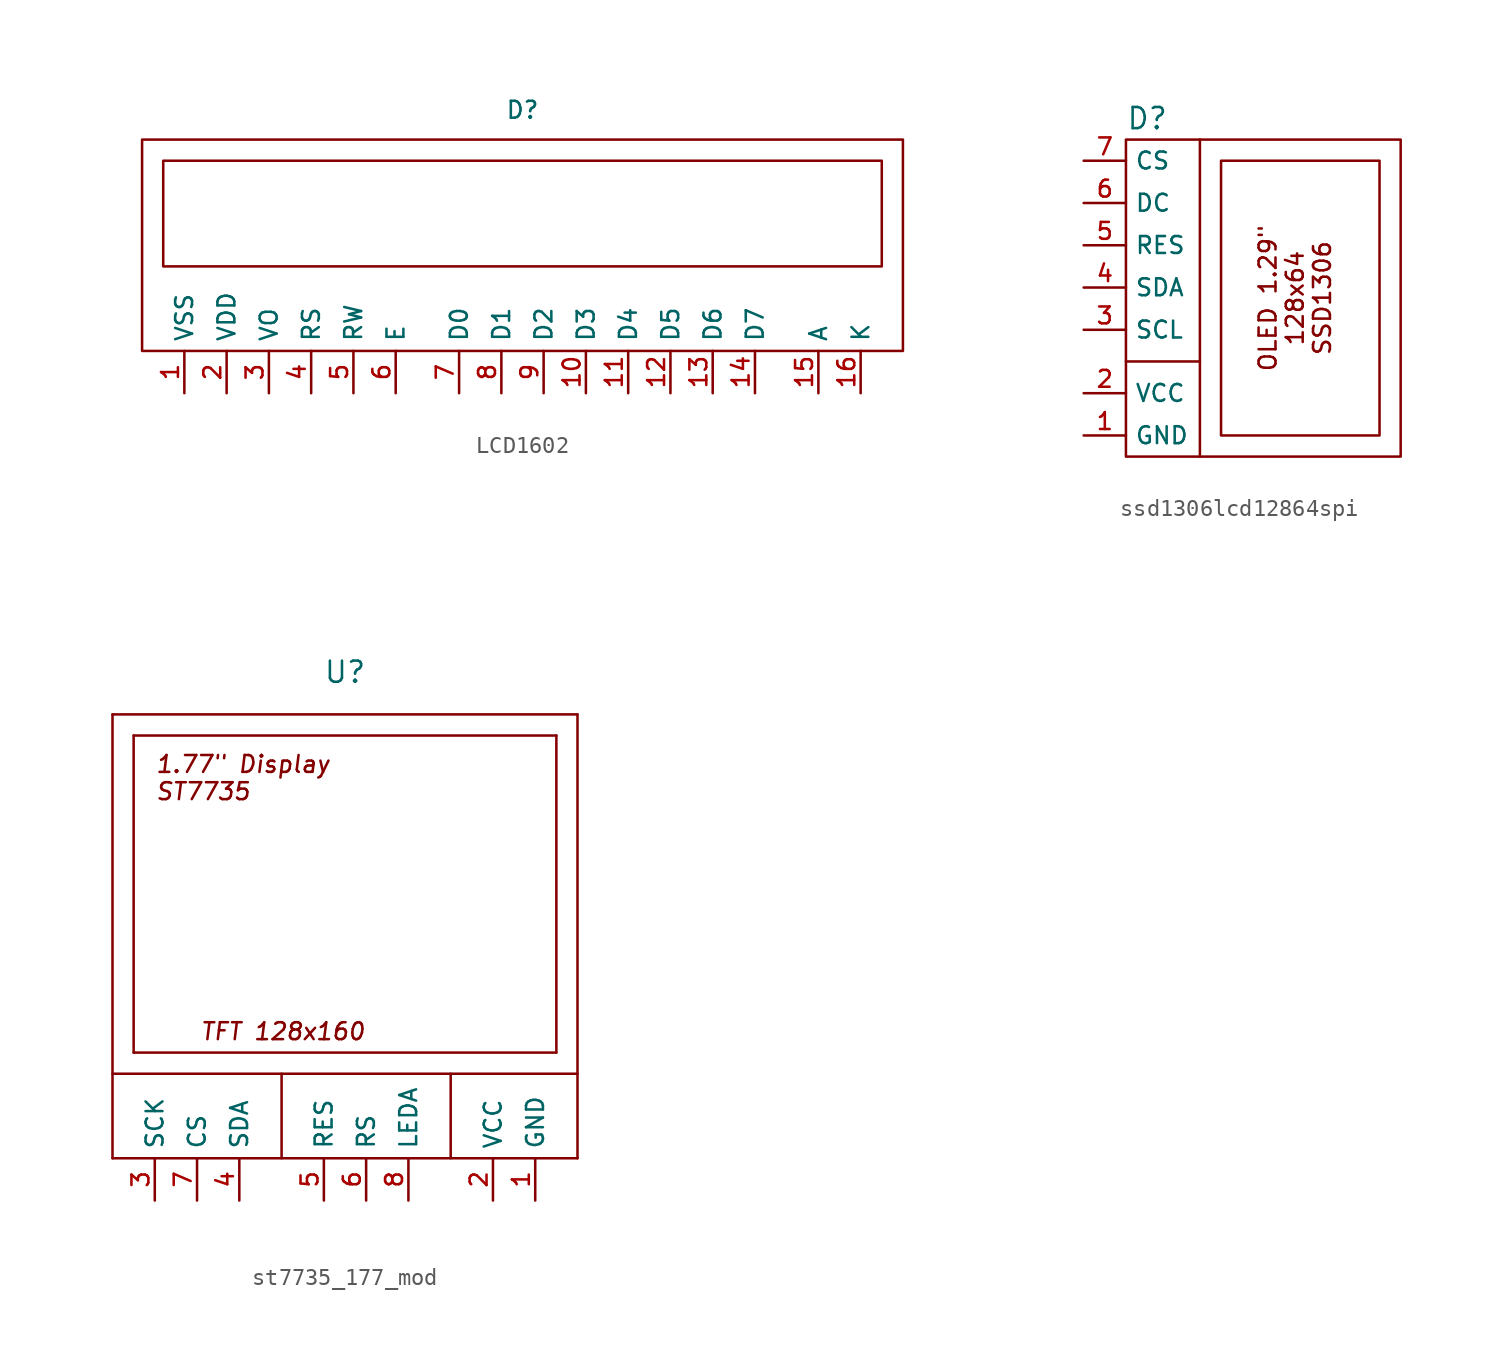
<source format=kicad_sym>
(kicad_symbol_lib
  (version 20231120)
  (generator "kicad_symbol_editor")
  (generator_version "8.0")
  (symbol "LCD1602"
    (property "Reference" "D"
      (at 0 6.858 0)
      (effects (font (size 1.016 1.016))))
    (symbol "LCD1602_0_1"
      (rectangle (start -22.86 5.08) (end 22.86 -7.62) (stroke (width 0) (type default)) (fill (type none)))
      (rectangle (start -21.59 3.81) (end 21.59 -2.54) (stroke (width 0) (type default)) (fill (type none))))
    (symbol "LCD1602_1_1"
      (pin passive line (at -20.32 -10.16 90) (length 2.54) (name "VSS" (effects (font (size 1.016 1.016)))) (number "1" (effects (font (size 1.016 1.016)))))
      (pin bidirectional line (at 3.81 -10.16 90) (length 2.54) (name "D3" (effects (font (size 1.016 1.016)))) (number "10" (effects (font (size 1.016 1.016)))))
      (pin bidirectional line (at 6.35 -10.16 90) (length 2.54) (name "D4" (effects (font (size 1.016 1.016)))) (number "11" (effects (font (size 1.016 1.016)))))
      (pin bidirectional line (at 8.89 -10.16 90) (length 2.54) (name "D5" (effects (font (size 1.016 1.016)))) (number "12" (effects (font (size 1.016 1.016)))))
      (pin bidirectional line (at 11.43 -10.16 90) (length 2.54) (name "D6" (effects (font (size 1.016 1.016)))) (number "13" (effects (font (size 1.016 1.016)))))
      (pin bidirectional line (at 13.97 -10.16 90) (length 2.54) (name "D7" (effects (font (size 1.016 1.016)))) (number "14" (effects (font (size 1.016 1.016)))))
      (pin bidirectional line (at 17.78 -10.16 90) (length 2.54) (name "A" (effects (font (size 1.016 1.016)))) (number "15" (effects (font (size 1.016 1.016)))))
      (pin bidirectional line (at 20.32 -10.16 90) (length 2.54) (name "K" (effects (font (size 1.016 1.016)))) (number "16" (effects (font (size 1.016 1.016)))))
      (pin passive line (at -17.78 -10.16 90) (length 2.54) (name "VDD" (effects (font (size 1.016 1.016)))) (number "2" (effects (font (size 1.016 1.016)))))
      (pin power_in line (at -15.24 -10.16 90) (length 2.54) (name "VO" (effects (font (size 1.016 1.016)))) (number "3" (effects (font (size 1.016 1.016)))))
      (pin power_in line (at -12.7 -10.16 90) (length 2.54) (name "RS" (effects (font (size 1.016 1.016)))) (number "4" (effects (font (size 1.016 1.016)))))
      (pin input line (at -10.16 -10.16 90) (length 2.54) (name "RW" (effects (font (size 1.016 1.016)))) (number "5" (effects (font (size 1.016 1.016)))))
      (pin input line (at -7.62 -10.16 90) (length 2.54) (name "E" (effects (font (size 1.016 1.016)))) (number "6" (effects (font (size 1.016 1.016)))))
      (pin input line (at -3.81 -10.16 90) (length 2.54) (name "D0" (effects (font (size 1.016 1.016)))) (number "7" (effects (font (size 1.016 1.016)))))
      (pin input line (at -1.27 -10.16 90) (length 2.54) (name "D1" (effects (font (size 1.016 1.016)))) (number "8" (effects (font (size 1.016 1.016)))))
      (pin bidirectional line (at 1.27 -10.16 90) (length 2.54) (name "D2" (effects (font (size 1.016 1.016)))) (number "9" (effects (font (size 1.016 1.016)))))))
  (symbol "ssd1306lcd12864spi"
    (property "Reference" "D"
      (at -5.08 11.43 0)
      (effects (font (size 1.27 1.27)) (justify left)))
    (symbol "ssd1306lcd12864spi_0_1"
      (rectangle (start -5.08 10.16) (end 11.43 -8.89) (stroke (width 0) (type default)) (fill (type none)))
      (polyline (pts (xy -5.08 -3.175) (xy -0.635 -3.175)) (stroke (width 0) (type default)) (fill (type none)))
      (polyline (pts (xy -0.635 10.16) (xy -0.635 -8.89)) (stroke (width 0) (type default)) (fill (type none)))
      (rectangle (start 0.635 8.89) (end 10.16 -7.62) (stroke (width 0) (type default)) (fill (type none))))
    (symbol "ssd1306lcd12864spi_1_1"
      (text "OLED 1.29\"\n128x64\nSSD1306" (at 5.08 0.635 900) (effects (font (size 1.016 1.016))))
      (pin power_in line (at -7.62 -7.62 0) (length 2.54) (name "GND" (effects (font (size 1.016 1.016)))) (number "1" (effects (font (size 1.016 1.016)))))
      (pin power_in line (at -7.62 -5.08 0) (length 2.54) (name "VCC" (effects (font (size 1.016 1.016)))) (number "2" (effects (font (size 1.016 1.016)))))
      (pin input line (at -7.62 -1.27 0) (length 2.54) (name "SCL" (effects (font (size 1.016 1.016)))) (number "3" (effects (font (size 1.016 1.016)))))
      (pin bidirectional line (at -7.62 1.27 0) (length 2.54) (name "SDA" (effects (font (size 1.016 1.016)))) (number "4" (effects (font (size 1.016 1.016)))))
      (pin input line (at -7.62 3.81 0) (length 2.54) (name "RES" (effects (font (size 1.016 1.016)))) (number "5" (effects (font (size 1.016 1.016)))))
      (pin input line (at -7.62 6.35 0) (length 2.54) (name "DC" (effects (font (size 1.016 1.016)))) (number "6" (effects (font (size 1.016 1.016)))))
      (pin input line (at -7.62 8.89 0) (length 2.54) (name "CS" (effects (font (size 1.016 1.016)))) (number "7" (effects (font (size 1.016 1.016)))))))
  (symbol "st7735_177_mod"
    (property "Reference" "U"
      (at 0 16.51 0)
      (effects (font (size 1.27 1.27))))
    (symbol "st7735_177_mod_1_1"
      (polyline (pts (xy -13.97 -12.7) (xy -13.97 13.97)) (stroke (width 0) (type default)) (fill (type none)))
      (polyline (pts (xy -13.97 -12.7) (xy 13.97 -12.7)) (stroke (width 0) (type default)) (fill (type none)))
      (polyline (pts (xy -13.97 -7.62) (xy 13.97 -7.62)) (stroke (width 0) (type default)) (fill (type none)))
      (polyline (pts (xy -13.97 13.97) (xy 13.97 13.97)) (stroke (width 0) (type default)) (fill (type none)))
      (polyline (pts (xy -12.7 -6.35) (xy -12.7 12.7)) (stroke (width 0) (type default)) (fill (type none)))
      (polyline (pts (xy -3.81 -12.7) (xy -3.81 -7.62)) (stroke (width 0) (type default)) (fill (type none)))
      (polyline (pts (xy 6.35 -12.7) (xy 6.35 -7.62)) (stroke (width 0) (type default)) (fill (type none)))
      (polyline (pts (xy 12.7 -6.35) (xy -12.7 -6.35)) (stroke (width 0) (type default)) (fill (type none)))
      (polyline (pts (xy 12.7 -6.35) (xy 12.7 12.7)) (stroke (width 0) (type default)) (fill (type none)))
      (polyline (pts (xy 12.7 12.7) (xy -12.7 12.7)) (stroke (width 0) (type default)) (fill (type none)))
      (polyline (pts (xy 13.97 -12.7) (xy 13.97 13.97)) (stroke (width 0) (type default)) (fill (type none)))
      (text "1.77\" Display\nST7735" (at -11.43 10.16 0) (effects (font (size 1.016 1.016) (italic yes)) (justify left)))
      (text "TFT 128x160" (at 1.27 -5.08 0) (effects (font (size 1.016 1.016) (italic yes)) (justify right)))
      (pin power_in line (at 11.43 -15.24 90) (length 2.54) (name "GND" (effects (font (size 1.016 1.016)))) (number "1" (effects (font (size 1.016 1.016)))))
      (pin power_in line (at 8.89 -15.24 90) (length 2.54) (name "VCC" (effects (font (size 1.016 1.016)))) (number "2" (effects (font (size 1.016 1.016)))))
      (pin bidirectional line (at -11.43 -15.24 90) (length 2.54) (name "SCK" (effects (font (size 1.016 1.016)))) (number "3" (effects (font (size 1.016 1.016)))))
      (pin bidirectional line (at -6.35 -15.24 90) (length 2.54) (name "SDA" (effects (font (size 1.016 1.016)))) (number "4" (effects (font (size 1.016 1.016)))))
      (pin input line (at -1.27 -15.24 90) (length 2.54) (name "RES" (effects (font (size 1.016 1.016)))) (number "5" (effects (font (size 1.016 1.016)))))
      (pin input line (at 1.27 -15.24 90) (length 2.54) (name "RS" (effects (font (size 1.016 1.016)))) (number "6" (effects (font (size 1.016 1.016)))))
      (pin input line (at -8.89 -15.24 90) (length 2.54) (name "CS" (effects (font (size 1.016 1.016)))) (number "7" (effects (font (size 1.016 1.016)))))
      (pin input line (at 3.81 -15.24 90) (length 2.54) (name "LEDA" (effects (font (size 1.016 1.016)))) (number "8" (effects (font (size 1.016 1.016))))))))
</source>
